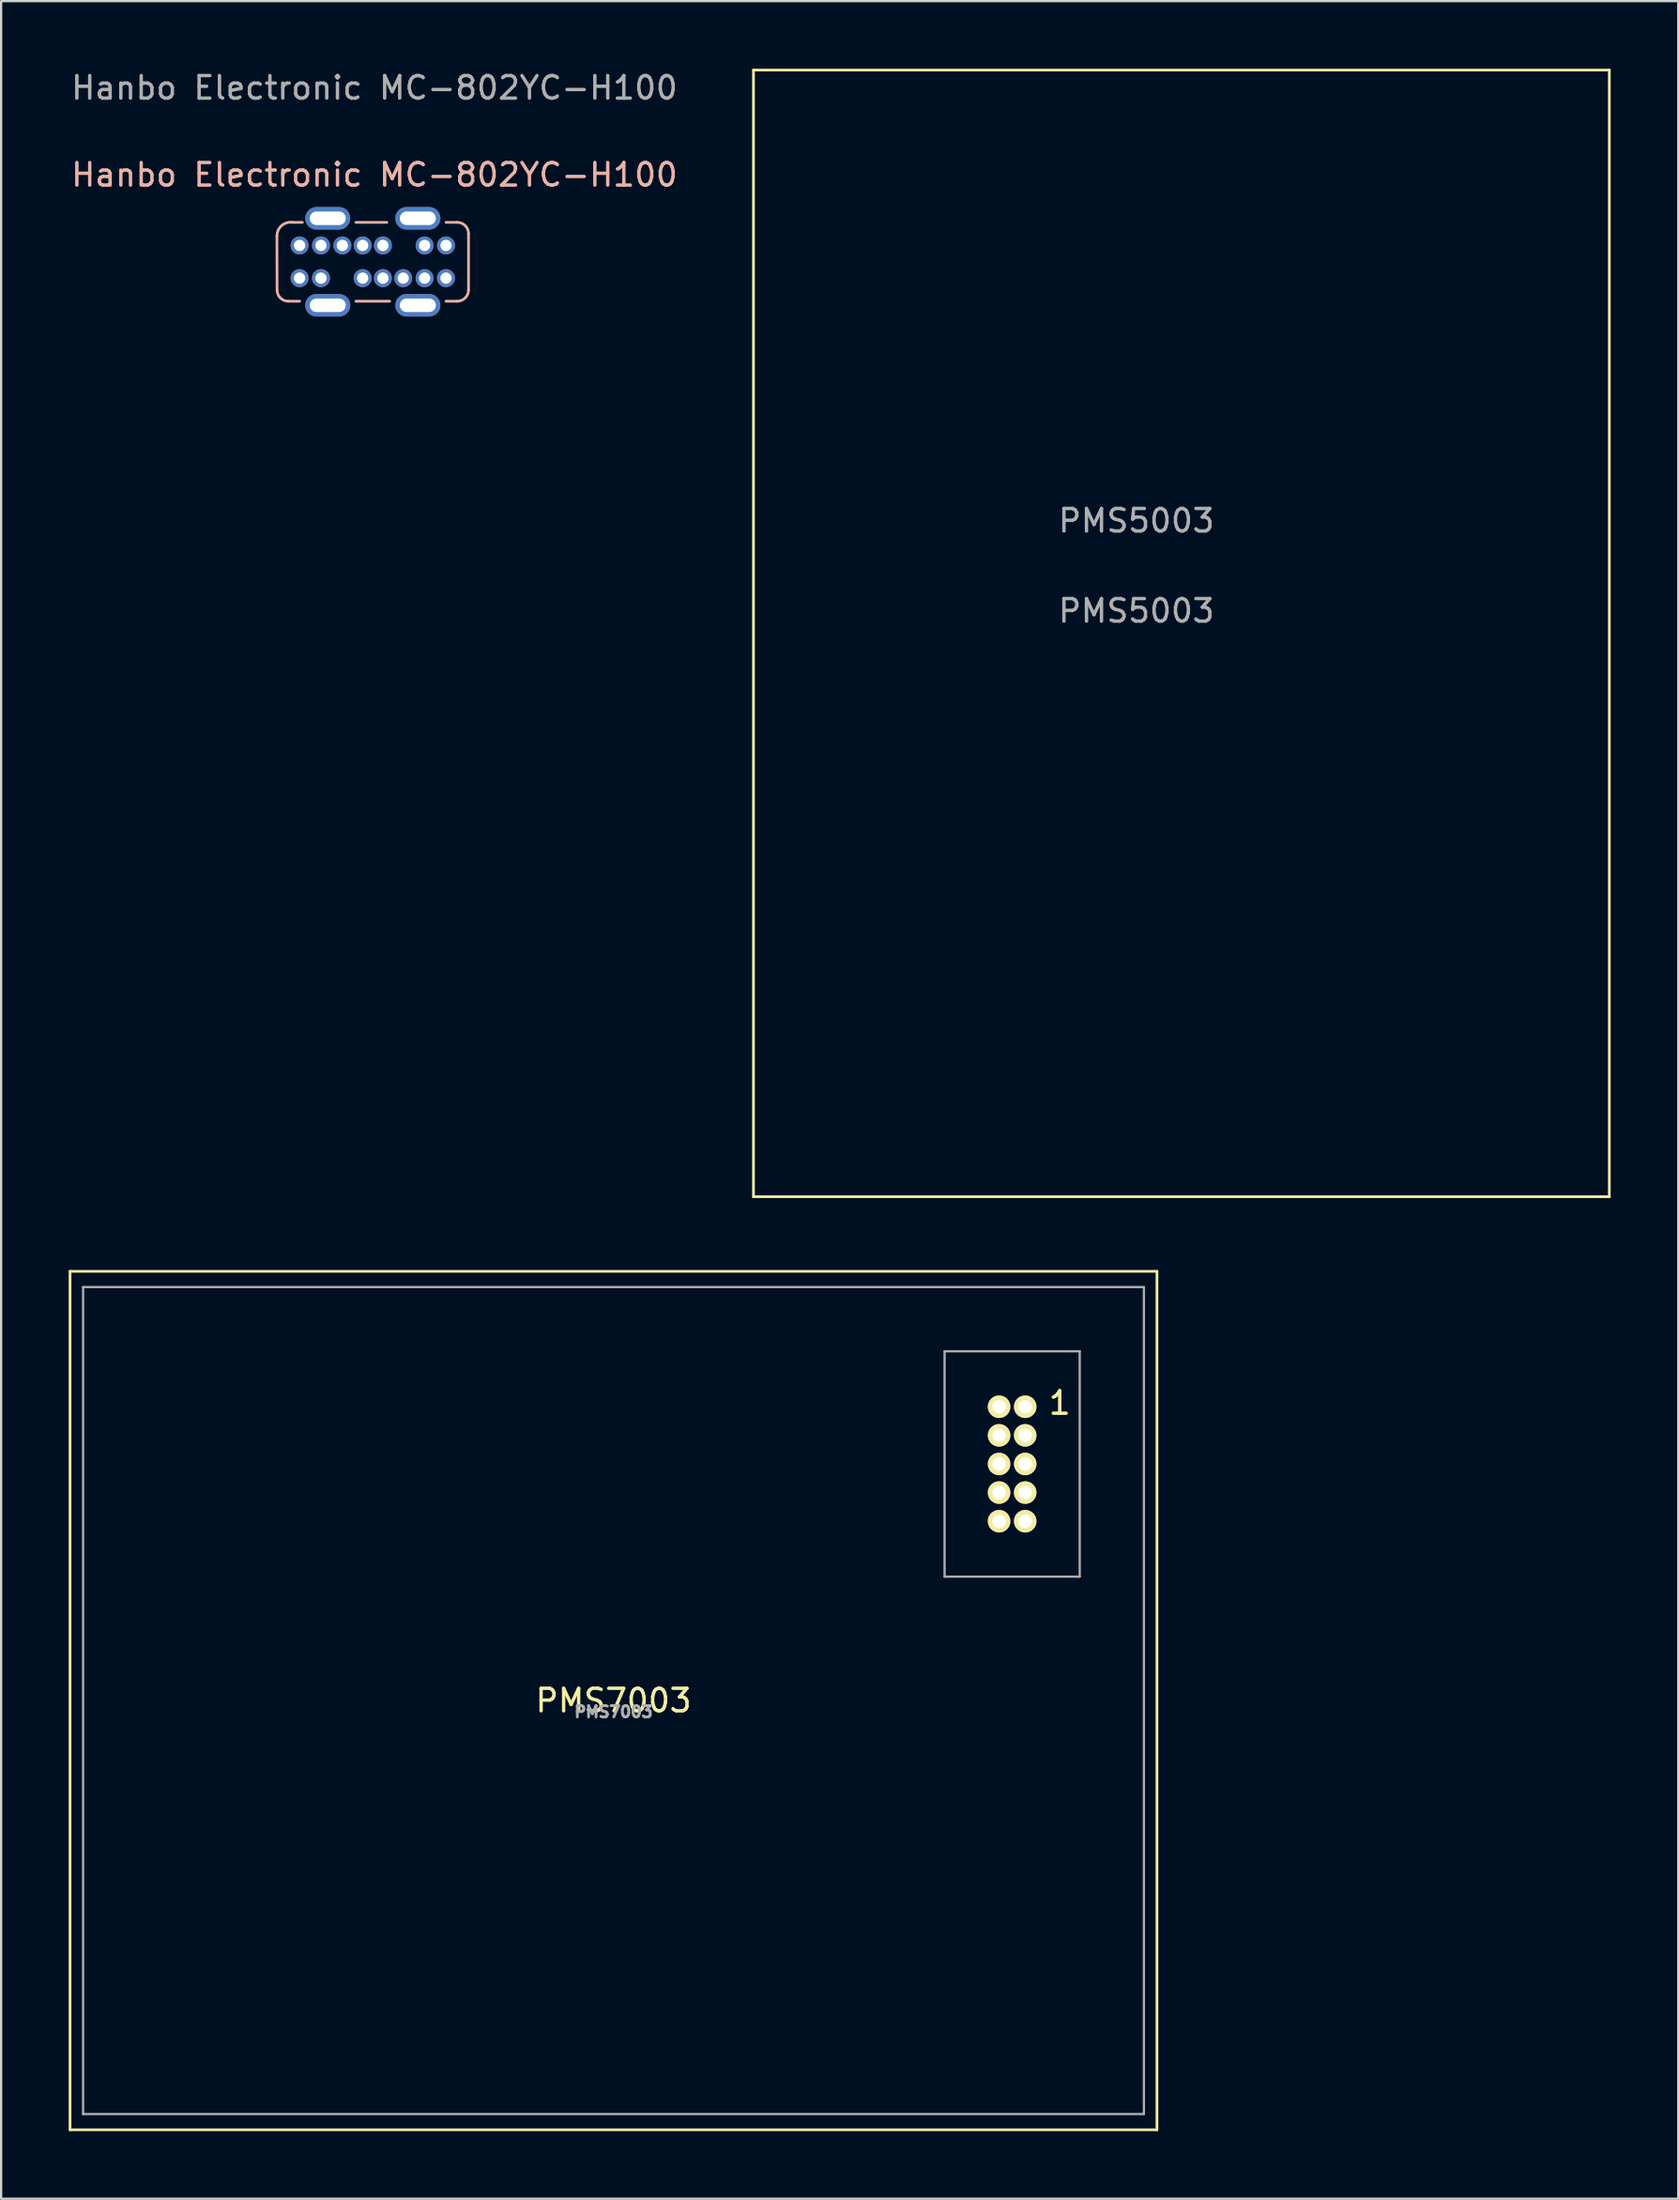
<source format=kicad_pcb>
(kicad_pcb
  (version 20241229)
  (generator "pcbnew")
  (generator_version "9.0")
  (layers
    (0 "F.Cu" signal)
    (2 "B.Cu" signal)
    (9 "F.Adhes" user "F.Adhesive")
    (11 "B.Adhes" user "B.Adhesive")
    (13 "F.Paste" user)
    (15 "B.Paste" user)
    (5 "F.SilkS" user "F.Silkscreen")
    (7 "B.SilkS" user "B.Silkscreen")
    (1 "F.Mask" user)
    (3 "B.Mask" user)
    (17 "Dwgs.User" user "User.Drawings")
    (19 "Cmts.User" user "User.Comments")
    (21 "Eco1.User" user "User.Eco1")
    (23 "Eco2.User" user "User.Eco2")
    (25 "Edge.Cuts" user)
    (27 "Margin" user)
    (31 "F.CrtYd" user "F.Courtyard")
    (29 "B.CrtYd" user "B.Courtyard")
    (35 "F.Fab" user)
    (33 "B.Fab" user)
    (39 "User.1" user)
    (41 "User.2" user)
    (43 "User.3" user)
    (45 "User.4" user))
  (footprint "PMS7003"
    (layer "F.Cu")
    (at 24.19 72.42)
    (property "Reference" "PMS7003" (at 0 0.5 0) (layer "F.Fab") (effects (font (size 0.5 0.5) (thickness 0.125))))
    (attr through_hole)
    (fp_line (start -24.13 -19.05) (end 24.13 -19.05) (stroke (width 0.12) (type solid)) (layer "F.SilkS"))
    (fp_line (start -24.13 19.05) (end -24.13 -19.05) (stroke (width 0.12) (type solid)) (layer "F.SilkS"))
    (fp_line (start 24.13 -19.05) (end 24.13 19.05) (stroke (width 0.12) (type solid)) (layer "F.SilkS"))
    (fp_line (start 24.13 19.05) (end -24.13 19.05) (stroke (width 0.12) (type solid)) (layer "F.SilkS"))
    (fp_line (start -23.55 -18.35) (end 23.55 -18.35) (stroke (width 0.1) (type solid)) (layer "F.Fab"))
    (fp_line (start -23.55 18.35) (end -23.55 -18.35) (stroke (width 0.1) (type solid)) (layer "F.Fab"))
    (fp_line (start 14.7 -15.5) (end 14.7 -5.5) (stroke (width 0.1) (type solid)) (layer "F.Fab"))
    (fp_line (start 14.7 -5.5) (end 20.7 -5.5) (stroke (width 0.1) (type solid)) (layer "F.Fab"))
    (fp_line (start 20.7 -15.5) (end 14.7 -15.5) (stroke (width 0.1) (type solid)) (layer "F.Fab"))
    (fp_line (start 20.7 -5.5) (end 20.7 -15.5) (stroke (width 0.1) (type solid)) (layer "F.Fab"))
    (fp_line (start 23.55 -18.35) (end 23.55 18.35) (stroke (width 0.1) (type solid)) (layer "F.Fab"))
    (fp_line (start 23.55 18.35) (end -23.55 18.35) (stroke (width 0.1) (type solid)) (layer "F.Fab"))
    (fp_text user "PMS7003" (at 0 0 0) (layer "F.SilkS") (effects (font (size 1 1) (thickness 0.15))))
    (fp_text user "1" (at 19.812 -13.208 0) (layer "F.SilkS") (effects (font (size 1 1) (thickness 0.15))))
    (pad "1" thru_hole circle (at 18.28 -13.04) (size 1 1) (drill 0.6) (layers "*.Cu" "*.Mask" "F.SilkS"))
    (pad "2" thru_hole circle (at 17.12 -13.04) (size 1 1) (drill 0.6) (layers "*.Cu" "*.Mask" "F.SilkS"))
    (pad "3" thru_hole circle (at 18.28 -11.77) (size 1 1) (drill 0.6) (layers "*.Cu" "*.Mask" "F.SilkS"))
    (pad "4" thru_hole circle (at 17.12 -11.77) (size 1 1) (drill 0.6) (layers "*.Cu" "*.Mask" "F.SilkS"))
    (pad "5" thru_hole circle (at 18.28 -10.5) (size 1 1) (drill 0.6) (layers "*.Cu" "*.Mask" "F.SilkS"))
    (pad "6" thru_hole circle (at 17.12 -10.5) (size 1 1) (drill 0.6) (layers "*.Cu" "*.Mask" "F.SilkS"))
    (pad "7" thru_hole circle (at 18.28 -9.23) (size 1 1) (drill 0.6) (layers "*.Cu" "*.Mask" "F.SilkS"))
    (pad "8" thru_hole circle (at 17.12 -9.23) (size 1 1) (drill 0.6) (layers "*.Cu" "*.Mask" "F.SilkS"))
    (pad "9" thru_hole circle (at 18.28 -7.96) (size 1 1) (drill 0.6) (layers "*.Cu" "*.Mask" "F.SilkS"))
    (pad "10" thru_hole circle (at 17.12 -7.96) (size 1 1) (drill 0.6) (layers "*.Cu" "*.Mask" "F.SilkS")))
  (footprint "PMS5003"
    (layer "F.Cu")
    (at 30.405 50.06)
    (property "Reference" "PMS5003" (at 17 -30 0) (unlocked yes) (layer "F.Fab") (effects (font (size 1 1) (thickness 0.15))))
    (attr smd)
    (fp_line (start 0 -50) (end 38 -50) (stroke (width 0.12) (type default)) (layer "F.SilkS"))
    (fp_line (start 0 0) (end 0 -50) (stroke (width 0.12) (type default)) (layer "F.SilkS"))
    (fp_line (start 38 -50) (end 38 0) (stroke (width 0.12) (type default)) (layer "F.SilkS"))
    (fp_line (start 38 0) (end 0 0) (stroke (width 0.12) (type default)) (layer "F.SilkS"))
    (fp_text user "${REFERENCE}" (at 17 -26 0) (unlocked yes) (layer "F.Fab") (effects (font (size 1 1) (thickness 0.15)))))
  (footprint "Hanbo Electronic MC-802YC-H100"
    (layer "F.Cu")
    (at 13.502 8.568)
    (property "Reference" "Hanbo Electronic MC-802YC-H100" (at 0.075 -3.86 0) (unlocked yes) (layer "B.SilkS") (effects (font (size 1 1) (thickness 0.15))))
    (attr through_hole)
    (fp_line (start -4.256 -1.146) (end -4.25 1.25) (stroke (width 0.12) (type default)) (layer "B.SilkS"))
    (fp_line (start -3.75 1.75) (end -3.25 1.75) (stroke (width 0.12) (type default)) (layer "B.SilkS"))
    (fp_line (start -3.125 -1.75) (end -3.562 -1.75) (stroke (width 0.12) (type default)) (layer "B.SilkS"))
    (fp_line (start -0.75 -1.75) (end 0.625 -1.75) (stroke (width 0.12) (type default)) (layer "B.SilkS"))
    (fp_line (start -0.75 1.75) (end 0.75 1.75) (stroke (width 0.12) (type default)) (layer "B.SilkS"))
    (fp_line (start 3.25 1.75) (end 3.75 1.75) (stroke (width 0.12) (type default)) (layer "B.SilkS"))
    (fp_line (start 3.75 -1.75) (end 3.25 -1.75) (stroke (width 0.12) (type default)) (layer "B.SilkS"))
    (fp_line (start 4.25 1.25) (end 4.25 -1.25) (stroke (width 0.12) (type default)) (layer "B.SilkS"))
    (fp_arc (start -4.25581 -1.146447) (mid -4.046553 -1.606054) (end -3.5625 -1.75) (stroke (width 0.12) (type default)) (layer "B.SilkS"))
    (fp_arc (start -3.75 1.75) (mid -4.103553 1.603553) (end -4.25 1.25) (stroke (width 0.12) (type default)) (layer "B.SilkS"))
    (fp_arc (start 3.75 -1.75) (mid 4.103553 -1.603553) (end 4.25 -1.25) (stroke (width 0.12) (type default)) (layer "B.SilkS"))
    (fp_arc (start 4.25 1.25) (mid 4.103553 1.603553) (end 3.75 1.75) (stroke (width 0.12) (type default)) (layer "B.SilkS"))
    (fp_text user "${REFERENCE}" (at 0.075 -7.72 0) (unlocked yes) (layer "F.Fab") (effects (font (size 1 1) (thickness 0.15))))
    (pad "A1" thru_hole circle (at -3.25 -0.725) (size 0.8 0.8) (drill 0.5) (layers "*.Cu" "*.Mask"))
    (pad "A4" thru_hole circle (at -2.3 -0.725) (size 0.8 0.8) (drill 0.5) (layers "*.Cu" "*.Mask"))
    (pad "A5" thru_hole circle (at -1.35 -0.725) (size 0.8 0.8) (drill 0.5) (layers "*.Cu" "*.Mask"))
    (pad "A6" thru_hole circle (at -0.45 -0.725) (size 0.8 0.8) (drill 0.5) (layers "*.Cu" "*.Mask"))
    (pad "A7" thru_hole circle (at 0.45 -0.725) (size 0.8 0.8) (drill 0.5) (layers "*.Cu" "*.Mask"))
    (pad "A9" thru_hole circle (at 2.3 -0.725) (size 0.8 0.8) (drill 0.5) (layers "*.Cu" "*.Mask"))
    (pad "A12" thru_hole circle (at 3.25 -0.725) (size 0.8 0.8) (drill 0.5) (layers "*.Cu" "*.Mask"))
    (pad "B1" thru_hole circle (at 3.25 0.725) (size 0.8 0.8) (drill 0.5) (layers "*.Cu" "*.Mask"))
    (pad "B4" thru_hole circle (at 2.3 0.725) (size 0.8 0.8) (drill 0.5) (layers "*.Cu" "*.Mask"))
    (pad "B5" thru_hole circle (at 1.35 0.725) (size 0.8 0.8) (drill 0.5) (layers "*.Cu" "*.Mask"))
    (pad "B6" thru_hole circle (at 0.45 0.725) (size 0.8 0.8) (drill 0.5) (layers "*.Cu" "*.Mask"))
    (pad "B7" thru_hole circle (at -0.45 0.725) (size 0.8 0.8) (drill 0.5) (layers "*.Cu" "*.Mask"))
    (pad "B9" thru_hole circle (at -2.3 0.725) (size 0.8 0.8) (drill 0.5) (layers "*.Cu" "*.Mask"))
    (pad "B12" thru_hole circle (at -3.25 0.725) (size 0.8 0.8) (drill 0.5) (layers "*.Cu" "*.Mask"))
    (pad "S1" thru_hole oval (at -2 -1.93) (size 2 1) (drill oval 1.6 0.6) (layers "*.Cu" "*.Mask"))
    (pad "S1" thru_hole oval (at -2 1.93) (size 2 1) (drill oval 1.6 0.6) (layers "*.Cu" "*.Mask"))
    (pad "S1" thru_hole oval (at 2 -1.93) (size 2 1) (drill oval 1.6 0.6) (layers "*.Cu" "*.Mask"))
    (pad "S1" thru_hole oval (at 2 1.93) (size 2 1) (drill oval 1.6 0.6) (layers "*.Cu" "*.Mask")))
  (gr_rect
    (start -3 -3)
    (end 71.465 94.53)
    (stroke (width 0.1) (type default))
    (fill no)
    (layer "Edge.Cuts")))
</source>
